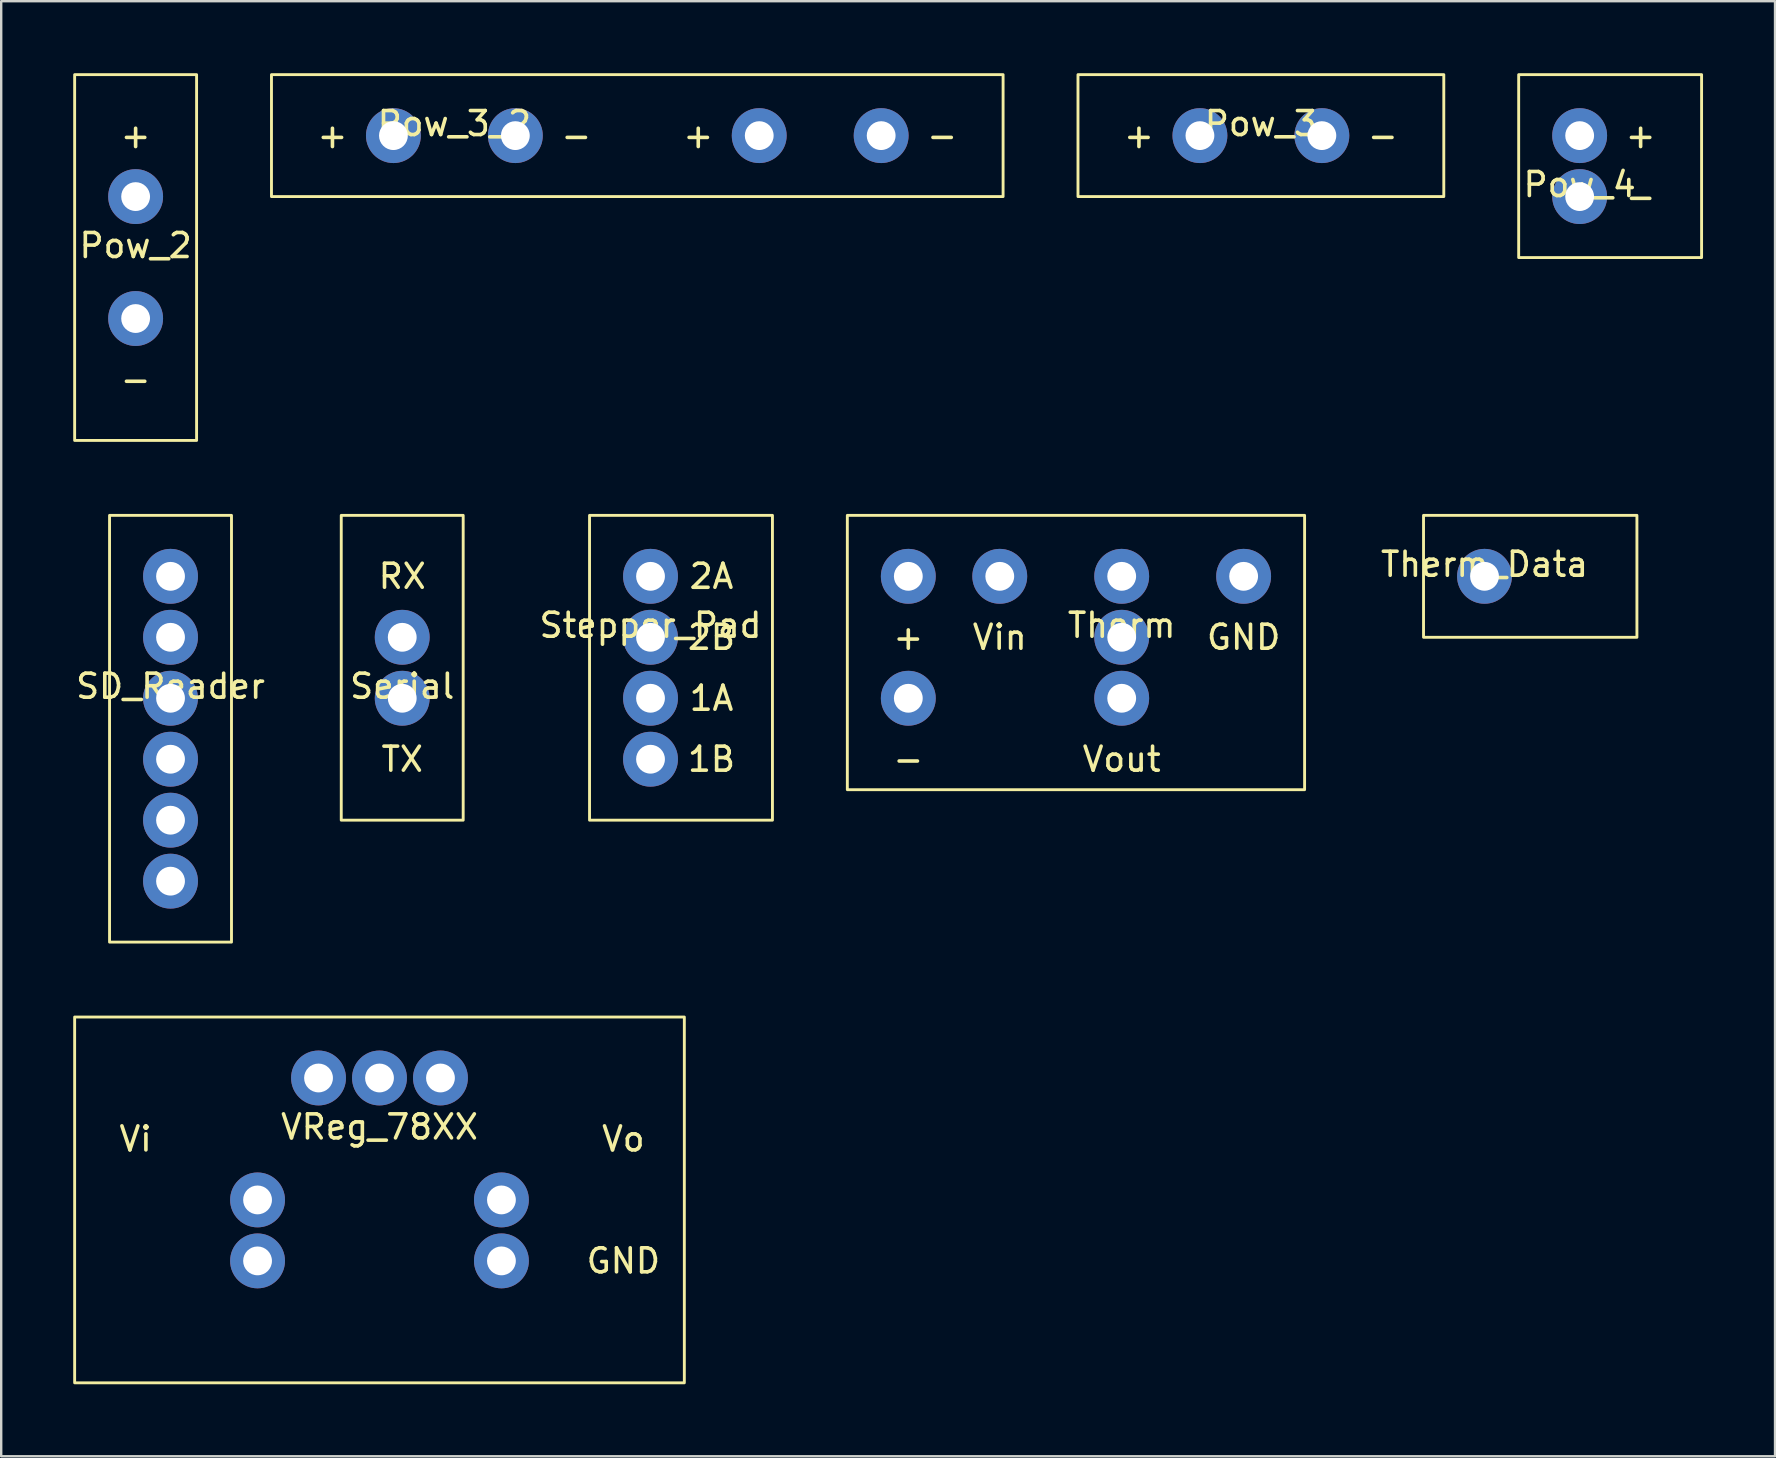
<source format=kicad_pcb>
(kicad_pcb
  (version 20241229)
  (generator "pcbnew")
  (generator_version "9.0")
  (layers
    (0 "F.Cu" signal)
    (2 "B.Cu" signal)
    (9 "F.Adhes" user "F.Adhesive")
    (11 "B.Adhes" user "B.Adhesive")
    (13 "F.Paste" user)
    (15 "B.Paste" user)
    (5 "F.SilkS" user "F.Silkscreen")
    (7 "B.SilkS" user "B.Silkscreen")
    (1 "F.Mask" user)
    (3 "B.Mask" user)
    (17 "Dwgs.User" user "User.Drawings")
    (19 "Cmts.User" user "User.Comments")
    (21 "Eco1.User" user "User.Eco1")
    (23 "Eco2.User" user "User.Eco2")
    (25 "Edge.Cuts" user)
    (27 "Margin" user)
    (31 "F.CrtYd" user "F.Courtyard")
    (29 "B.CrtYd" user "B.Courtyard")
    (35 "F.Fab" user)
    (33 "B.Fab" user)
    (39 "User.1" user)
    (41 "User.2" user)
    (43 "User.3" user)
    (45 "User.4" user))
  (footprint "Pow_2"
    (layer "F.Cu")
    (at 2.6 7.68)
    (property "Reference" "Pow_2" (at 0 -0.5 0) (unlocked yes) (layer "F.SilkS") (effects (font (size 1 1) (thickness 0.15))))
    (attr smd)
    (fp_rect (start -2.54 -7.62) (end 2.54 7.62) (stroke (width 0.12) (type solid)) (fill no) (layer "F.SilkS"))
    (fp_text user "-" (at 0 5.08 0) (unlocked yes) (layer "F.SilkS") (effects (font (size 1 1) (thickness 0.15))))
    (fp_text user "+" (at 0 -5.08 0) (unlocked yes) (layer "F.SilkS") (effects (font (size 1 1) (thickness 0.15))))
    (pad "1" thru_hole circle (at 0 -2.54) (size 2.286 2.286) (drill 1.2) (layers "*.Cu" "*.Mask"))
    (pad "2" thru_hole circle (at 0 2.54) (size 2.286 2.286) (drill 1.2) (layers "*.Cu" "*.Mask")))
  (footprint "Pow_3_2"
    (layer "F.Cu")
    (at 15.88 2.6)
    (property "Reference" "Pow_3_2" (at 0 -0.5 0) (unlocked yes) (layer "F.SilkS") (effects (font (size 1 1) (thickness 0.15))))
    (attr smd)
    (fp_rect (start -7.62 -2.54) (end 22.86 2.54) (stroke (width 0.12) (type solid)) (fill no) (layer "F.SilkS"))
    (fp_text user "+" (at 10.16 0 0) (unlocked yes) (layer "F.SilkS") (effects (font (size 1 1) (thickness 0.15))))
    (fp_text user "+" (at -5.08 0 0) (unlocked yes) (layer "F.SilkS") (effects (font (size 1 1) (thickness 0.15))))
    (fp_text user "-" (at 20.32 0 0) (unlocked yes) (layer "F.SilkS") (effects (font (size 1 1) (thickness 0.15))))
    (fp_text user "-" (at 5.08 0 0) (unlocked yes) (layer "F.SilkS") (effects (font (size 1 1) (thickness 0.15))))
    (pad "1" thru_hole circle (at 2.54 0) (size 2.286 2.286) (drill 1.2) (layers "*.Cu" "*.Mask"))
    (pad "1" thru_hole circle (at 17.78 0) (size 2.286 2.286) (drill 1.2) (layers "*.Cu" "*.Mask"))
    (pad "2" thru_hole circle (at -2.54 0) (size 2.286 2.286) (drill 1.2) (layers "*.Cu" "*.Mask"))
    (pad "2" thru_hole circle (at 12.7 0) (size 2.286 2.286) (drill 1.2) (layers "*.Cu" "*.Mask")))
  (footprint "Therm"
    (layer "F.Cu")
    (at 43.681 23.5)
    (property "Reference" "Therm" (at 0 -0.5 0) (unlocked yes) (layer "F.SilkS") (effects (font (size 1 1) (thickness 0.15))))
    (attr smd)
    (fp_rect (start -11.43 -5.08) (end 7.62 6.35) (stroke (width 0.12) (type solid)) (fill no) (layer "F.SilkS"))
    (fp_text user "Vin" (at -5.08 0 0) (unlocked yes) (layer "F.SilkS") (effects (font (size 1 1) (thickness 0.15))))
    (fp_text user "GND" (at 5.08 0 0) (unlocked yes) (layer "F.SilkS") (effects (font (size 1 1) (thickness 0.15))))
    (fp_text user "+" (at -8.89 0 0) (unlocked yes) (layer "F.SilkS") (effects (font (size 1 1) (thickness 0.15))))
    (fp_text user "Vout" (at 0 5.08 0) (unlocked yes) (layer "F.SilkS") (effects (font (size 1 1) (thickness 0.15))))
    (fp_text user "-" (at -8.89 5.08 0) (unlocked yes) (layer "F.SilkS") (effects (font (size 1 1) (thickness 0.15))))
    (pad "1" thru_hole circle (at -8.89 -2.54) (size 2.286 2.286) (drill 1.2) (layers "*.Cu" "*.Mask"))
    (pad "2" thru_hole circle (at -5.08 -2.54) (size 2.286 2.286) (drill 1.2) (layers "*.Cu" "*.Mask"))
    (pad "3" thru_hole circle (at 0 -2.54) (size 2.286 2.286) (drill 1.2) (layers "*.Cu" "*.Mask"))
    (pad "4" thru_hole circle (at 5.08 -2.54) (size 2.286 2.286) (drill 1.2) (layers "*.Cu" "*.Mask"))
    (pad "5" thru_hole circle (at 0 0) (size 2.286 2.286) (drill 1.2) (layers "*.Cu" "*.Mask"))
    (pad "6" thru_hole circle (at -8.89 2.54) (size 2.286 2.286) (drill 1.2) (layers "*.Cu" "*.Mask"))
    (pad "7" thru_hole circle (at 0 2.54) (size 2.286 2.286) (drill 1.2) (layers "*.Cu" "*.Mask")))
  (footprint "Pow_3"
    (layer "F.Cu")
    (at 49.48 2.6)
    (property "Reference" "Pow_3" (at 0 -0.5 0) (unlocked yes) (layer "F.SilkS") (effects (font (size 1 1) (thickness 0.15))))
    (attr smd)
    (fp_rect (start -7.62 -2.54) (end 7.62 2.54) (stroke (width 0.12) (type solid)) (fill no) (layer "F.SilkS"))
    (fp_text user "+" (at -5.08 0 0) (unlocked yes) (layer "F.SilkS") (effects (font (size 1 1) (thickness 0.15))))
    (fp_text user "-" (at 5.08 0 0) (unlocked yes) (layer "F.SilkS") (effects (font (size 1 1) (thickness 0.15))))
    (pad "1" thru_hole circle (at 2.54 0) (size 2.286 2.286) (drill 1.2) (layers "*.Cu" "*.Mask"))
    (pad "2" thru_hole circle (at -2.54 0) (size 2.286 2.286) (drill 1.2) (layers "*.Cu" "*.Mask")))
  (footprint "VReg_78XX"
    (layer "F.Cu")
    (at 12.76 44.4)
    (property "Reference" "VReg_78XX" (at 0 -0.5 0) (unlocked yes) (layer "F.SilkS") (effects (font (size 1 1) (thickness 0.15))))
    (attr smd)
    (fp_rect (start -12.7 -5.08) (end 12.7 10.16) (stroke (width 0.12) (type solid)) (fill no) (layer "F.SilkS"))
    (fp_text user "Vo" (at 10.16 0 0) (unlocked yes) (layer "F.SilkS") (effects (font (size 1 1) (thickness 0.15))))
    (fp_text user "GND" (at 10.16 5.08 0) (unlocked yes) (layer "F.SilkS") (effects (font (size 1 1) (thickness 0.15))))
    (fp_text user "Vi" (at -10.16 0 0) (unlocked yes) (layer "F.SilkS") (effects (font (size 1 1) (thickness 0.15))))
    (pad "1" thru_hole circle (at -2.54 -2.54) (size 2.286 2.286) (drill 1.2) (layers "*.Cu" "*.Mask"))
    (pad "2" thru_hole circle (at 0 -2.54) (size 2.286 2.286) (drill 1.2) (layers "*.Cu" "*.Mask"))
    (pad "3" thru_hole circle (at 2.54 -2.54) (size 2.286 2.286) (drill 1.2) (layers "*.Cu" "*.Mask"))
    (pad "4" thru_hole circle (at -5.08 2.54) (size 2.286 2.286) (drill 1.2) (layers "*.Cu" "*.Mask"))
    (pad "5" thru_hole circle (at -5.08 5.08) (size 2.286 2.286) (drill 1.2) (layers "*.Cu" "*.Mask"))
    (pad "6" thru_hole circle (at 5.08 2.54) (size 2.286 2.286) (drill 1.2) (layers "*.Cu" "*.Mask"))
    (pad "7" thru_hole circle (at 5.08 5.08) (size 2.286 2.286) (drill 1.2) (layers "*.Cu" "*.Mask")))
  (footprint "SD_Reader"
    (layer "F.Cu")
    (at 4.054 26.04)
    (property "Reference" "SD_Reader" (at 0 -0.5 0) (unlocked yes) (layer "F.SilkS") (effects (font (size 1 1) (thickness 0.15))))
    (attr smd)
    (fp_rect (start -2.54 -7.62) (end 2.54 10.16) (stroke (width 0.12) (type solid)) (fill no) (layer "F.SilkS"))
    (pad "1" thru_hole circle (at 0 -5.08) (size 2.286 2.286) (drill 1.2) (layers "*.Cu" "*.Mask"))
    (pad "2" thru_hole circle (at 0 -2.54) (size 2.286 2.286) (drill 1.2) (layers "*.Cu" "*.Mask"))
    (pad "3" thru_hole circle (at 0 0) (size 2.286 2.286) (drill 1.2) (layers "*.Cu" "*.Mask"))
    (pad "4" thru_hole circle (at 0 2.54) (size 2.286 2.286) (drill 1.2) (layers "*.Cu" "*.Mask"))
    (pad "5" thru_hole circle (at 0 5.08) (size 2.286 2.286) (drill 1.2) (layers "*.Cu" "*.Mask"))
    (pad "6" thru_hole circle (at 0 7.62) (size 2.286 2.286) (drill 1.2) (layers "*.Cu" "*.Mask")))
  (footprint "Therm_Data"
    (layer "F.Cu")
    (at 58.796 20.96)
    (property "Reference" "Therm_Data" (at 0 -0.5 0) (unlocked yes) (layer "F.SilkS") (effects (font (size 1 1) (thickness 0.15))))
    (attr smd)
    (fp_rect (start 6.35 2.54) (end -2.54 -2.54) (stroke (width 0.12) (type solid)) (fill no) (layer "F.SilkS"))
    (pad "1" thru_hole circle (at 0 0) (size 2.286 2.286) (drill 1.2) (layers "*.Cu" "*.Mask")))
  (footprint "Pow_4"
    (layer "F.Cu")
    (at 62.76 5.14)
    (property "Reference" "Pow_4" (at 0 -0.5 0) (unlocked yes) (layer "F.SilkS") (effects (font (size 1 1) (thickness 0.15))))
    (attr smd)
    (fp_rect (start -2.54 -5.08) (end 5.08 2.54) (stroke (width 0.12) (type solid)) (fill no) (layer "F.SilkS"))
    (fp_text user "+" (at 2.54 -2.54 0) (unlocked yes) (layer "F.SilkS") (effects (font (size 1 1) (thickness 0.15))))
    (fp_text user "-" (at 2.54 0 0) (unlocked yes) (layer "F.SilkS") (effects (font (size 1 1) (thickness 0.15))))
    (pad "1" thru_hole circle (at 0 -2.54) (size 2.286 2.286) (drill 1.2) (layers "*.Cu" "*.Mask"))
    (pad "2" thru_hole circle (at 0 0) (size 2.286 2.286) (drill 1.2) (layers "*.Cu" "*.Mask")))
  (footprint "Stepper_Pad"
    (layer "F.Cu")
    (at 24.051 23.5)
    (property "Reference" "Stepper_Pad" (at 0 -0.5 0) (unlocked yes) (layer "F.SilkS") (effects (font (size 1 1) (thickness 0.15))))
    (attr smd)
    (fp_rect (start -2.54 -5.08) (end 5.08 7.62) (stroke (width 0.12) (type solid)) (fill no) (layer "F.SilkS"))
    (fp_text user "2A" (at 2.54 -2.54 0) (unlocked yes) (layer "F.SilkS") (effects (font (size 1 1) (thickness 0.15))))
    (fp_text user "2B" (at 2.54 0 0) (unlocked yes) (layer "F.SilkS") (effects (font (size 1 1) (thickness 0.15))))
    (fp_text user "1A" (at 2.54 2.54 0) (unlocked yes) (layer "F.SilkS") (effects (font (size 1 1) (thickness 0.15))))
    (fp_text user "1B" (at 2.54 5.08 0) (unlocked yes) (layer "F.SilkS") (effects (font (size 1 1) (thickness 0.15))))
    (pad "1" thru_hole circle (at 0 -2.54) (size 2.286 2.286) (drill 1.2) (layers "*.Cu" "*.Mask"))
    (pad "2" thru_hole circle (at 0 0) (size 2.286 2.286) (drill 1.2) (layers "*.Cu" "*.Mask"))
    (pad "3" thru_hole circle (at 0 2.54) (size 2.286 2.286) (drill 1.2) (layers "*.Cu" "*.Mask"))
    (pad "4" thru_hole circle (at 0 5.08) (size 2.286 2.286) (drill 1.2) (layers "*.Cu" "*.Mask")))
  (footprint "Serial"
    (layer "F.Cu")
    (at 13.707 26.04)
    (property "Reference" "Serial" (at 0 -0.5 0) (unlocked yes) (layer "F.SilkS") (effects (font (size 1 1) (thickness 0.15))))
    (attr smd)
    (fp_rect (start -2.54 -7.62) (end 2.54 5.08) (stroke (width 0.12) (type solid)) (fill no) (layer "F.SilkS"))
    (fp_text user "TX" (at 0 2.54 0) (unlocked yes) (layer "F.SilkS") (effects (font (size 1 1) (thickness 0.15))))
    (fp_text user "RX" (at 0 -5.08 0) (unlocked yes) (layer "F.SilkS") (effects (font (size 1 1) (thickness 0.15))))
    (pad "1" thru_hole circle (at 0 -2.54) (size 2.286 2.286) (drill 1.2) (layers "*.Cu" "*.Mask"))
    (pad "2" thru_hole circle (at 0 0) (size 2.286 2.286) (drill 1.2) (layers "*.Cu" "*.Mask")))
  (gr_rect
    (start -3 -3)
    (end 70.9 57.62)
    (stroke (width 0.1) (type default))
    (fill no)
    (layer "Edge.Cuts")))
</source>
